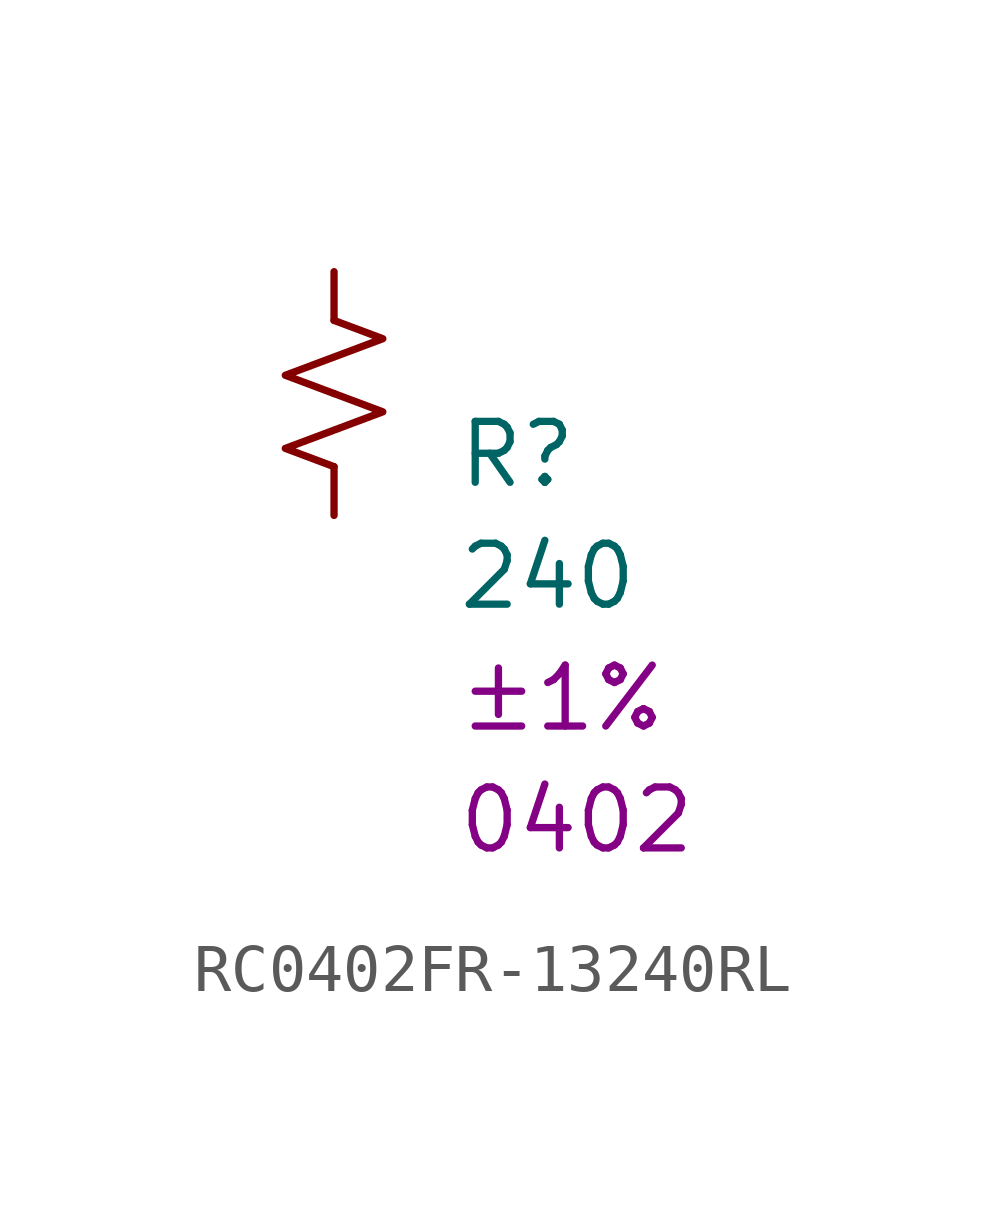
<source format=kicad_sym>
(kicad_symbol_lib
  (version 20231120)
  (generator "kicad_symbol_editor")
  (generator_version "8.0")
  (symbol "RC0402FR-13240RL"
    (pin_numbers hide)
    (pin_names
      (offset 0.254) hide)
    (property "Reference" "R"
      (at 2.54 -1.27 0)
      (effects (font (size 1.27 1.27)) (justify left)))
    (property "Value" "240"
      (at 2.54 -3.81 0)
      (effects (font (size 1.27 1.27)) (justify left)))
    (property "Tolerance" "±1%"
      (at 2.54 -6.35 0)
      (effects (font (size 1.27 1.27)) (justify left)))
    (property "Chip Set" "0402"
      (at 2.54 -8.89 0)
      (effects (font (size 1.27 1.27)) (justify left)))
    (symbol "RC0402FR-13240RL_1_1"
      (polyline (pts (xy 0 0) (xy 1.016 -0.381) (xy 0 -0.762) (xy -1.016 -1.143) (xy 0 -1.524)) (stroke (width 0) (type solid)) (fill (type none)))
      (polyline (pts (xy 0 1.524) (xy 1.016 1.143) (xy 0 0.762) (xy -1.016 0.381) (xy 0 0)) (stroke (width 0) (type solid)) (fill (type none)))
      (pin passive line (at 0 2.54 270) (length 1.016) (name "~" (effects (font (size 1.27 1.27)))) (number "1" (effects (font (size 1.27 1.27)))))
      (pin passive line (at 0 -2.54 90) (length 1.016) (name "~" (effects (font (size 1.27 1.27)))) (number "2" (effects (font (size 1.27 1.27))))))))
</source>
